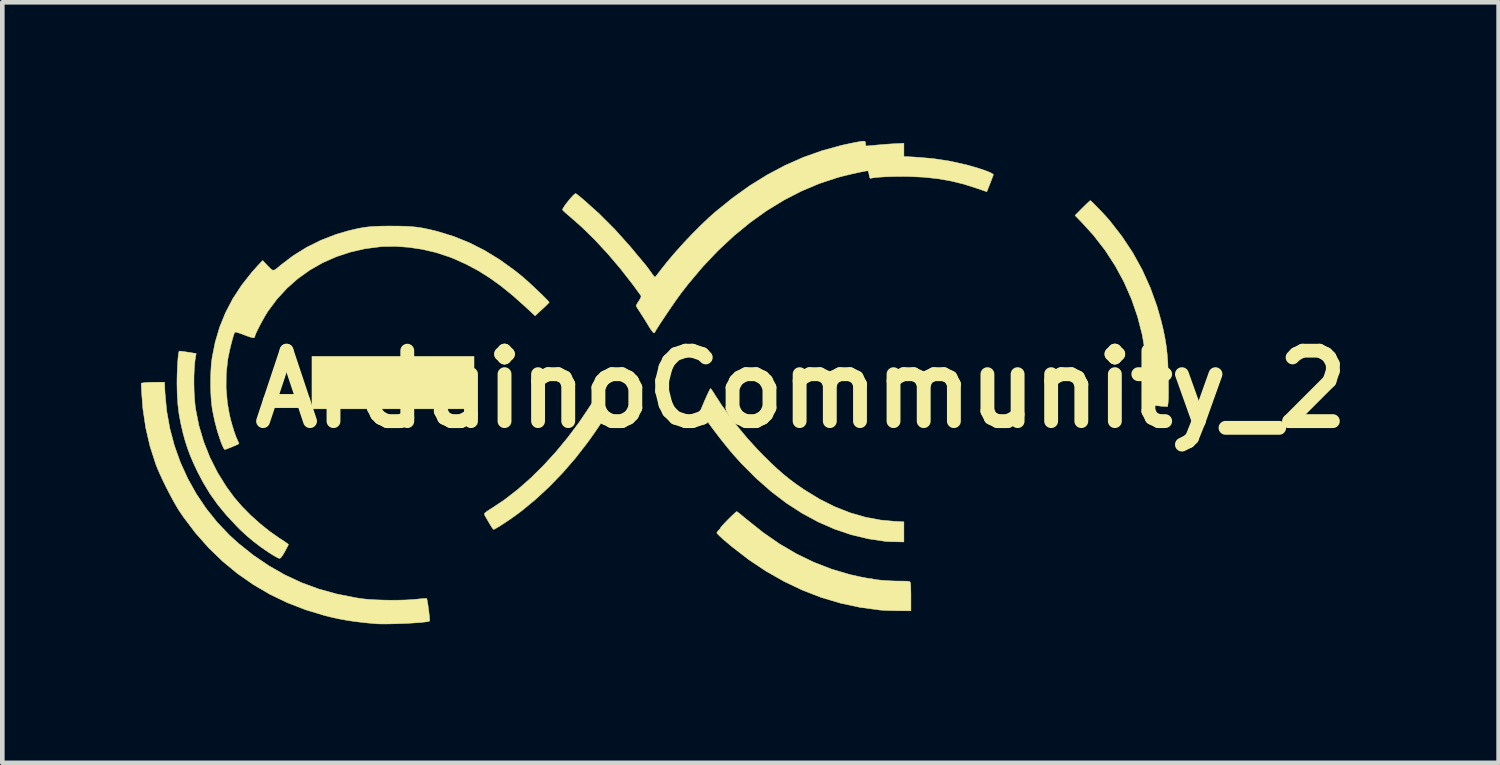
<source format=kicad_pcb>
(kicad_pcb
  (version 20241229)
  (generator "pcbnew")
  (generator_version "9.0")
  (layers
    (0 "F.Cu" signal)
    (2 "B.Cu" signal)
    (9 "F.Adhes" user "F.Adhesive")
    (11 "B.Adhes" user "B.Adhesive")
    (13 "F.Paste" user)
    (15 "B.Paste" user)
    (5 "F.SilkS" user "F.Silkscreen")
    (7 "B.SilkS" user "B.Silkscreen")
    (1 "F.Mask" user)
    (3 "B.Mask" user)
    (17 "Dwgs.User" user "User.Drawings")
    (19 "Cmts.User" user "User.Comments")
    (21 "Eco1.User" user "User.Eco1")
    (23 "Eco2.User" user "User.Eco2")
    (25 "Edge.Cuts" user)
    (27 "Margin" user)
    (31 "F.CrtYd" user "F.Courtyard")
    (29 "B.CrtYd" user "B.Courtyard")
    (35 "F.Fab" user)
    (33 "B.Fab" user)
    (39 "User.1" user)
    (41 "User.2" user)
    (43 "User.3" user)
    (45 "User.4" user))
  (footprint "ArduinoCommunity_2"
    (layer "F.Cu")
    (at 14.291 5.374)
    (property "Reference" "ArduinoCommunity_2" (at 0 0 0) (layer "F.SilkS") (effects (font (size 1.524 1.524) (thickness 0.3))))
    (attr through_hole)
    (fp_poly (pts (xy -7.083 0.424) (xy -10.59 0.424) (xy -10.59 -0.712) (xy -7.083 -0.712) (xy -7.083 0.424)) (stroke (width 0.01) (type solid)) (fill yes) (layer "F.SilkS"))
    (fp_poly (pts (xy -4.36 0.392) (xy -4.32 0.464) (xy -4.286 0.526) (xy -4.263 0.572) (xy -4.253 0.595) (xy -4.253 0.596) (xy -4.263 0.617) (xy -4.289 0.66) (xy -4.329 0.723) (xy -4.38 0.8) (xy -4.438 0.886) (xy -4.502 0.978) (xy -4.567 1.07) (xy -4.631 1.158) (xy -4.633 1.161) (xy -4.887 1.488) (xy -5.159 1.802) (xy -5.444 2.098) (xy -5.737 2.371) (xy -6.034 2.617) (xy -6.125 2.686) (xy -6.206 2.745) (xy -6.292 2.806) (xy -6.38 2.865) (xy -6.463 2.92) (xy -6.538 2.968) (xy -6.599 3.004) (xy -6.641 3.027) (xy -6.658 3.033) (xy -6.674 3.019) (xy -6.7 2.983) (xy -6.733 2.93) (xy -6.745 2.91) (xy -6.781 2.848) (xy -6.814 2.792) (xy -6.837 2.753) (xy -6.841 2.748) (xy -6.856 2.712) (xy -6.857 2.688) (xy -6.84 2.671) (xy -6.801 2.641) (xy -6.745 2.604) (xy -6.699 2.575) (xy -6.419 2.388) (xy -6.138 2.17) (xy -5.858 1.924) (xy -5.583 1.653) (xy -5.314 1.359) (xy -5.055 1.046) (xy -4.808 0.716) (xy -4.619 0.436) (xy -4.468 0.204) (xy -4.36 0.392)) (stroke (width 0.01) (type solid)) (fill yes) (layer "F.SilkS"))
    (fp_poly (pts (xy 6.27 -4.072) (xy 6.305 -4.04) (xy 6.353 -3.992) (xy 6.411 -3.933) (xy 6.475 -3.867) (xy 6.539 -3.799) (xy 6.598 -3.734) (xy 6.65 -3.676) (xy 6.671 -3.652) (xy 6.936 -3.312) (xy 7.172 -2.957) (xy 7.377 -2.585) (xy 7.552 -2.198) (xy 7.697 -1.796) (xy 7.786 -1.483) (xy 7.833 -1.289) (xy 7.869 -1.111) (xy 7.897 -0.94) (xy 7.917 -0.766) (xy 7.931 -0.582) (xy 7.94 -0.378) (xy 7.943 -0.249) (xy 7.945 -0.125) (xy 7.945 -0.007) (xy 7.945 0.098) (xy 7.944 0.186) (xy 7.941 0.251) (xy 7.939 0.28) (xy 7.928 0.373) (xy 7.857 0.371) (xy 7.806 0.368) (xy 7.767 0.364) (xy 7.761 0.363) (xy 7.732 0.359) (xy 7.68 0.354) (xy 7.615 0.348) (xy 7.605 0.347) (xy 7.474 0.336) (xy 7.484 0.037) (xy 7.482 -0.374) (xy 7.446 -0.78) (xy 7.378 -1.178) (xy 7.278 -1.568) (xy 7.147 -1.948) (xy 6.986 -2.315) (xy 6.794 -2.67) (xy 6.574 -3.009) (xy 6.324 -3.331) (xy 6.068 -3.613) (xy 5.923 -3.762) (xy 6.083 -3.923) (xy 6.143 -3.982) (xy 6.194 -4.031) (xy 6.232 -4.066) (xy 6.252 -4.083) (xy 6.254 -4.084) (xy 6.27 -4.072)) (stroke (width 0.01) (type solid)) (fill yes) (layer "F.SilkS"))
    (fp_poly (pts (xy -1.951 -0.003) (xy -1.925 0.033) (xy -1.892 0.084) (xy -1.879 0.106) (xy -1.73 0.336) (xy -1.559 0.577) (xy -1.368 0.822) (xy -1.166 1.064) (xy -0.955 1.296) (xy -0.822 1.433) (xy -0.664 1.589) (xy -0.52 1.724) (xy -0.383 1.844) (xy -0.247 1.953) (xy -0.105 2.059) (xy 0.05 2.165) (xy 0.068 2.177) (xy 0.392 2.376) (xy 0.719 2.54) (xy 1.05 2.671) (xy 1.384 2.768) (xy 1.72 2.831) (xy 2.012 2.858) (xy 2.22 2.869) (xy 2.22 3.304) (xy 2.055 3.301) (xy 1.976 3.3) (xy 1.903 3.297) (xy 1.847 3.294) (xy 1.83 3.293) (xy 1.454 3.237) (xy 1.084 3.149) (xy 0.722 3.027) (xy 0.367 2.872) (xy 0.019 2.684) (xy -0.322 2.464) (xy -0.655 2.21) (xy -0.98 1.924) (xy -1.298 1.605) (xy -1.462 1.423) (xy -1.545 1.326) (xy -1.638 1.212) (xy -1.737 1.088) (xy -1.836 0.959) (xy -1.93 0.835) (xy -2.014 0.721) (xy -2.081 0.623) (xy -2.093 0.606) (xy -2.127 0.557) (xy -2.155 0.522) (xy -2.171 0.508) (xy -2.171 0.508) (xy -2.184 0.495) (xy -2.186 0.484) (xy -2.179 0.46) (xy -2.162 0.413) (xy -2.136 0.35) (xy -2.105 0.277) (xy -2.071 0.2) (xy -2.038 0.126) (xy -2.008 0.062) (xy -1.983 0.013) (xy -1.968 -0.014) (xy -1.964 -0.017) (xy -1.951 -0.003)) (stroke (width 0.01) (type solid)) (fill yes) (layer "F.SilkS"))
    (fp_poly (pts (xy -13.446 -0.825) (xy -13.402 -0.82) (xy -13.339 -0.812) (xy -13.277 -0.802) (xy -13.095 -0.774) (xy -13.105 -0.725) (xy -13.123 -0.604) (xy -13.136 -0.457) (xy -13.143 -0.294) (xy -13.144 -0.12) (xy -13.14 0.055) (xy -13.13 0.223) (xy -13.115 0.378) (xy -13.107 0.432) (xy -13.036 0.789) (xy -12.932 1.138) (xy -12.797 1.478) (xy -12.632 1.805) (xy -12.438 2.116) (xy -12.268 2.347) (xy -12.107 2.533) (xy -11.922 2.721) (xy -11.72 2.903) (xy -11.511 3.071) (xy -11.302 3.218) (xy -11.273 3.237) (xy -11.206 3.28) (xy -11.151 3.318) (xy -11.114 3.345) (xy -11.099 3.359) (xy -11.099 3.359) (xy -11.107 3.379) (xy -11.128 3.42) (xy -11.158 3.477) (xy -11.179 3.516) (xy -11.221 3.587) (xy -11.253 3.632) (xy -11.278 3.655) (xy -11.296 3.66) (xy -11.322 3.651) (xy -11.37 3.626) (xy -11.434 3.589) (xy -11.507 3.543) (xy -11.533 3.526) (xy -11.707 3.406) (xy -11.859 3.29) (xy -12.002 3.17) (xy -12.144 3.038) (xy -12.22 2.961) (xy -12.439 2.727) (xy -12.631 2.494) (xy -12.8 2.256) (xy -12.951 2.005) (xy -13.064 1.789) (xy -13.151 1.605) (xy -13.222 1.44) (xy -13.281 1.282) (xy -13.333 1.121) (xy -13.379 0.955) (xy -13.429 0.738) (xy -13.467 0.533) (xy -13.492 0.327) (xy -13.506 0.111) (xy -13.511 -0.119) (xy -13.51 -0.232) (xy -13.507 -0.349) (xy -13.502 -0.464) (xy -13.496 -0.572) (xy -13.489 -0.667) (xy -13.481 -0.745) (xy -13.472 -0.799) (xy -13.464 -0.826) (xy -13.464 -0.826) (xy -13.446 -0.825)) (stroke (width 0.01) (type solid)) (fill yes) (layer "F.SilkS"))
    (fp_poly (pts (xy -1.377 2.659) (xy -1.337 2.69) (xy -1.281 2.735) (xy -1.215 2.79) (xy -1.177 2.821) (xy -0.826 3.101) (xy -0.468 3.349) (xy -0.102 3.563) (xy 0.272 3.744) (xy 0.653 3.892) (xy 1.041 4.007) (xy 1.265 4.058) (xy 1.348 4.074) (xy 1.419 4.087) (xy 1.472 4.096) (xy 1.499 4.099) (xy 1.501 4.099) (xy 1.529 4.101) (xy 1.542 4.105) (xy 1.58 4.114) (xy 1.644 4.123) (xy 1.729 4.132) (xy 1.827 4.14) (xy 1.932 4.146) (xy 2.036 4.15) (xy 2.133 4.151) (xy 2.134 4.151) (xy 2.223 4.152) (xy 2.284 4.153) (xy 2.323 4.157) (xy 2.345 4.163) (xy 2.356 4.174) (xy 2.361 4.189) (xy 2.362 4.19) (xy 2.365 4.219) (xy 2.368 4.275) (xy 2.37 4.353) (xy 2.372 4.444) (xy 2.372 4.512) (xy 2.372 4.795) (xy 2.105 4.793) (xy 1.999 4.791) (xy 1.892 4.788) (xy 1.793 4.784) (xy 1.714 4.779) (xy 1.694 4.777) (xy 1.266 4.719) (xy 0.845 4.628) (xy 0.431 4.505) (xy 0.025 4.348) (xy -0.372 4.159) (xy -0.761 3.938) (xy -1.142 3.684) (xy -1.512 3.398) (xy -1.689 3.248) (xy -1.745 3.197) (xy -1.791 3.153) (xy -1.821 3.121) (xy -1.829 3.108) (xy -1.818 3.085) (xy -1.791 3.053) (xy -1.788 3.05) (xy -1.761 3.022) (xy -1.75 3.006) (xy -1.751 3.005) (xy -1.743 2.99) (xy -1.716 2.958) (xy -1.674 2.912) (xy -1.623 2.858) (xy -1.567 2.801) (xy -1.512 2.747) (xy -1.462 2.7) (xy -1.423 2.665) (xy -1.4 2.648) (xy -1.397 2.647) (xy -1.377 2.659)) (stroke (width 0.01) (type solid)) (fill yes) (layer "F.SilkS"))
    (fp_poly (pts (xy -13.77 0.08) (xy -13.734 0.467) (xy -13.666 0.847) (xy -13.567 1.219) (xy -13.438 1.581) (xy -13.279 1.93) (xy -13.092 2.265) (xy -12.878 2.583) (xy -12.638 2.882) (xy -12.373 3.16) (xy -12.183 3.333) (xy -11.857 3.593) (xy -11.522 3.82) (xy -11.177 4.017) (xy -10.82 4.184) (xy -10.448 4.321) (xy -10.06 4.429) (xy -9.653 4.51) (xy -9.489 4.535) (xy -9.37 4.547) (xy -9.226 4.556) (xy -9.064 4.562) (xy -8.894 4.565) (xy -8.724 4.564) (xy -8.563 4.56) (xy -8.418 4.552) (xy -8.323 4.543) (xy -8.243 4.535) (xy -8.176 4.529) (xy -8.129 4.527) (xy -8.108 4.527) (xy -8.107 4.528) (xy -8.101 4.548) (xy -8.092 4.594) (xy -8.081 4.659) (xy -8.071 4.735) (xy -8.06 4.813) (xy -8.052 4.889) (xy -8.045 4.952) (xy -8.043 4.998) (xy -8.044 5.016) (xy -8.07 5.025) (xy -8.125 5.034) (xy -8.204 5.043) (xy -8.302 5.051) (xy -8.415 5.059) (xy -8.537 5.066) (xy -8.665 5.071) (xy -8.792 5.075) (xy -8.914 5.078) (xy -9.027 5.079) (xy -9.125 5.078) (xy -9.203 5.075) (xy -9.218 5.073) (xy -9.444 5.052) (xy -9.646 5.028) (xy -9.83 5.001) (xy -10.006 4.969) (xy -10.182 4.93) (xy -10.314 4.897) (xy -10.725 4.773) (xy -11.12 4.62) (xy -11.499 4.438) (xy -11.859 4.227) (xy -12.202 3.988) (xy -12.525 3.722) (xy -12.828 3.429) (xy -13.11 3.11) (xy -13.371 2.765) (xy -13.471 2.617) (xy -13.529 2.521) (xy -13.597 2.402) (xy -13.669 2.267) (xy -13.743 2.124) (xy -13.814 1.979) (xy -13.878 1.841) (xy -13.932 1.718) (xy -13.969 1.624) (xy -14.094 1.236) (xy -14.187 0.835) (xy -14.249 0.421) (xy -14.275 0.083) (xy -14.286 -0.131) (xy -14.221 -0.142) (xy -14.178 -0.146) (xy -14.11 -0.149) (xy -14.03 -0.152) (xy -13.969 -0.152) (xy -13.781 -0.153) (xy -13.77 0.08)) (stroke (width 0.01) (type solid)) (fill yes) (layer "F.SilkS"))
    (fp_poly (pts (xy -8.706 -3.531) (xy -8.558 -3.527) (xy -8.428 -3.519) (xy -8.308 -3.507) (xy -8.19 -3.488) (xy -8.066 -3.462) (xy -7.927 -3.429) (xy -7.868 -3.414) (xy -7.522 -3.308) (xy -7.184 -3.171) (xy -6.852 -3.003) (xy -6.525 -2.803) (xy -6.203 -2.571) (xy -6.041 -2.441) (xy -5.988 -2.395) (xy -5.922 -2.337) (xy -5.849 -2.27) (xy -5.772 -2.198) (xy -5.696 -2.125) (xy -5.623 -2.056) (xy -5.559 -1.993) (xy -5.507 -1.94) (xy -5.471 -1.903) (xy -5.456 -1.883) (xy -5.456 -1.882) (xy -5.468 -1.867) (xy -5.5 -1.835) (xy -5.547 -1.788) (xy -5.606 -1.734) (xy -5.609 -1.731) (xy -5.761 -1.59) (xy -5.992 -1.804) (xy -6.25 -2.034) (xy -6.5 -2.236) (xy -6.745 -2.412) (xy -6.99 -2.566) (xy -7.24 -2.7) (xy -7.498 -2.817) (xy -7.624 -2.867) (xy -7.902 -2.958) (xy -8.194 -3.027) (xy -8.491 -3.072) (xy -8.784 -3.093) (xy -9.067 -3.088) (xy -9.105 -3.085) (xy -9.44 -3.042) (xy -9.762 -2.968) (xy -10.07 -2.866) (xy -10.364 -2.735) (xy -10.64 -2.577) (xy -10.897 -2.393) (xy -11.134 -2.183) (xy -11.349 -1.949) (xy -11.54 -1.692) (xy -11.545 -1.686) (xy -11.584 -1.622) (xy -11.629 -1.546) (xy -11.676 -1.461) (xy -11.721 -1.376) (xy -11.762 -1.295) (xy -11.796 -1.225) (xy -11.818 -1.172) (xy -11.827 -1.141) (xy -11.827 -1.141) (xy -11.832 -1.122) (xy -11.848 -1.114) (xy -11.88 -1.117) (xy -11.933 -1.132) (xy -12.01 -1.159) (xy -12.055 -1.176) (xy -12.137 -1.207) (xy -12.194 -1.226) (xy -12.23 -1.236) (xy -12.251 -1.236) (xy -12.263 -1.228) (xy -12.267 -1.221) (xy -12.281 -1.185) (xy -12.3 -1.123) (xy -12.322 -1.043) (xy -12.346 -0.951) (xy -12.369 -0.854) (xy -12.389 -0.76) (xy -12.406 -0.677) (xy -12.412 -0.644) (xy -12.445 -0.34) (xy -12.448 -0.027) (xy -12.421 0.288) (xy -12.379 0.532) (xy -12.35 0.657) (xy -12.314 0.786) (xy -12.276 0.91) (xy -12.237 1.02) (xy -12.2 1.105) (xy -12.181 1.147) (xy -12.171 1.174) (xy -12.171 1.179) (xy -12.191 1.19) (xy -12.234 1.21) (xy -12.291 1.234) (xy -12.352 1.26) (xy -12.409 1.282) (xy -12.453 1.299) (xy -12.475 1.305) (xy -12.492 1.289) (xy -12.516 1.245) (xy -12.546 1.176) (xy -12.563 1.131) (xy -12.634 0.918) (xy -12.695 0.686) (xy -12.743 0.452) (xy -12.753 0.387) (xy -12.768 0.257) (xy -12.778 0.103) (xy -12.783 -0.065) (xy -12.783 -0.237) (xy -12.777 -0.404) (xy -12.767 -0.557) (xy -12.752 -0.678) (xy -12.684 -1.02) (xy -12.587 -1.346) (xy -12.46 -1.659) (xy -12.303 -1.959) (xy -12.114 -2.248) (xy -11.894 -2.528) (xy -11.768 -2.669) (xy -11.657 -2.787) (xy -11.576 -2.703) (xy -11.516 -2.639) (xy -11.473 -2.597) (xy -11.439 -2.577) (xy -11.407 -2.578) (xy -11.369 -2.6) (xy -11.317 -2.642) (xy -11.265 -2.687) (xy -10.993 -2.893) (xy -10.701 -3.074) (xy -10.391 -3.227) (xy -10.069 -3.352) (xy -9.802 -3.43) (xy -9.673 -3.461) (xy -9.558 -3.486) (xy -9.451 -3.504) (xy -9.343 -3.517) (xy -9.227 -3.525) (xy -9.096 -3.53) (xy -8.941 -3.532) (xy -8.879 -3.532) (xy -8.706 -3.531)) (stroke (width 0.01) (type solid)) (fill yes) (layer "F.SilkS"))
    (fp_poly (pts (xy 1.375 -5.364) (xy 1.386 -5.353) (xy 1.389 -5.336) (xy 1.389 -5.323) (xy 1.392 -5.286) (xy 1.397 -5.268) (xy 1.416 -5.266) (xy 1.461 -5.269) (xy 1.525 -5.274) (xy 1.58 -5.28) (xy 1.668 -5.288) (xy 1.776 -5.297) (xy 1.889 -5.306) (xy 1.987 -5.312) (xy 2.22 -5.324) (xy 2.22 -5.037) (xy 2.453 -5.025) (xy 2.848 -4.993) (xy 3.225 -4.935) (xy 3.589 -4.853) (xy 3.703 -4.821) (xy 3.849 -4.777) (xy 3.967 -4.738) (xy 4.059 -4.703) (xy 4.12 -4.674) (xy 4.152 -4.651) (xy 4.155 -4.641) (xy 4.147 -4.616) (xy 4.129 -4.568) (xy 4.104 -4.503) (xy 4.082 -4.446) (xy 4.014 -4.275) (xy 3.805 -4.347) (xy 3.52 -4.438) (xy 3.239 -4.507) (xy 2.954 -4.557) (xy 2.656 -4.589) (xy 2.343 -4.604) (xy 2.207 -4.606) (xy 2.067 -4.605) (xy 1.931 -4.602) (xy 1.804 -4.597) (xy 1.69 -4.59) (xy 1.597 -4.581) (xy 1.529 -4.571) (xy 1.506 -4.565) (xy 1.488 -4.567) (xy 1.477 -4.59) (xy 1.468 -4.64) (xy 1.467 -4.642) (xy 1.458 -4.691) (xy 1.445 -4.722) (xy 1.438 -4.728) (xy 1.403 -4.724) (xy 1.343 -4.713) (xy 1.263 -4.697) (xy 1.17 -4.676) (xy 1.07 -4.654) (xy 0.97 -4.63) (xy 0.877 -4.607) (xy 0.798 -4.586) (xy 0.784 -4.582) (xy 0.39 -4.452) (xy 0.003 -4.289) (xy -0.377 -4.093) (xy -0.748 -3.866) (xy -1.109 -3.608) (xy -1.461 -3.319) (xy -1.803 -3) (xy -2.133 -2.652) (xy -2.451 -2.274) (xy -2.606 -2.074) (xy -2.653 -2.01) (xy -2.709 -1.931) (xy -2.772 -1.841) (xy -2.838 -1.745) (xy -2.905 -1.646) (xy -2.97 -1.549) (xy -3.031 -1.458) (xy -3.083 -1.377) (xy -3.126 -1.31) (xy -3.155 -1.262) (xy -3.168 -1.236) (xy -3.169 -1.234) (xy -3.182 -1.221) (xy -3.192 -1.22) (xy -3.209 -1.234) (xy -3.239 -1.271) (xy -3.277 -1.326) (xy -3.313 -1.385) (xy -3.364 -1.469) (xy -3.419 -1.557) (xy -3.47 -1.636) (xy -3.493 -1.673) (xy -3.53 -1.729) (xy -3.559 -1.775) (xy -3.574 -1.804) (xy -3.575 -1.808) (xy -3.566 -1.829) (xy -3.544 -1.868) (xy -3.515 -1.911) (xy -3.484 -1.963) (xy -3.468 -2.003) (xy -3.468 -2.021) (xy -3.482 -2.041) (xy -3.512 -2.083) (xy -3.556 -2.143) (xy -3.608 -2.214) (xy -3.65 -2.271) (xy -3.915 -2.611) (xy -4.19 -2.934) (xy -4.47 -3.236) (xy -4.752 -3.512) (xy -5.033 -3.759) (xy -5.049 -3.772) (xy -5.101 -3.817) (xy -5.142 -3.854) (xy -5.165 -3.879) (xy -5.168 -3.884) (xy -5.158 -3.913) (xy -5.13 -3.958) (xy -5.09 -4.015) (xy -5.042 -4.075) (xy -4.993 -4.134) (xy -4.947 -4.185) (xy -4.909 -4.221) (xy -4.885 -4.236) (xy -4.883 -4.236) (xy -4.867 -4.226) (xy -4.829 -4.198) (xy -4.778 -4.156) (xy -4.719 -4.107) (xy -4.373 -3.798) (xy -4.034 -3.458) (xy -3.706 -3.092) (xy -3.621 -2.991) (xy -3.558 -2.914) (xy -3.497 -2.842) (xy -3.445 -2.779) (xy -3.406 -2.733) (xy -3.396 -2.721) (xy -3.358 -2.674) (xy -3.31 -2.611) (xy -3.263 -2.546) (xy -3.258 -2.539) (xy -3.22 -2.486) (xy -3.189 -2.446) (xy -3.171 -2.426) (xy -3.169 -2.424) (xy -3.156 -2.437) (xy -3.127 -2.471) (xy -3.087 -2.522) (xy -3.05 -2.571) (xy -2.904 -2.756) (xy -2.737 -2.953) (xy -2.555 -3.156) (xy -2.366 -3.356) (xy -2.176 -3.547) (xy -1.992 -3.721) (xy -1.864 -3.835) (xy -1.492 -4.136) (xy -1.117 -4.405) (xy -0.736 -4.641) (xy -0.349 -4.846) (xy 0.045 -5.02) (xy 0.449 -5.163) (xy 0.863 -5.277) (xy 1.059 -5.32) (xy 1.171 -5.342) (xy 1.255 -5.358) (xy 1.314 -5.367) (xy 1.352 -5.369) (xy 1.375 -5.364)) (stroke (width 0.01) (type solid)) (fill yes) (layer "F.SilkS")))
  (gr_rect
    (start -3 -3)
    (end 29.381 13.458)
    (stroke (width 0.1) (type default))
    (fill no)
    (layer "Edge.Cuts")))
</source>
